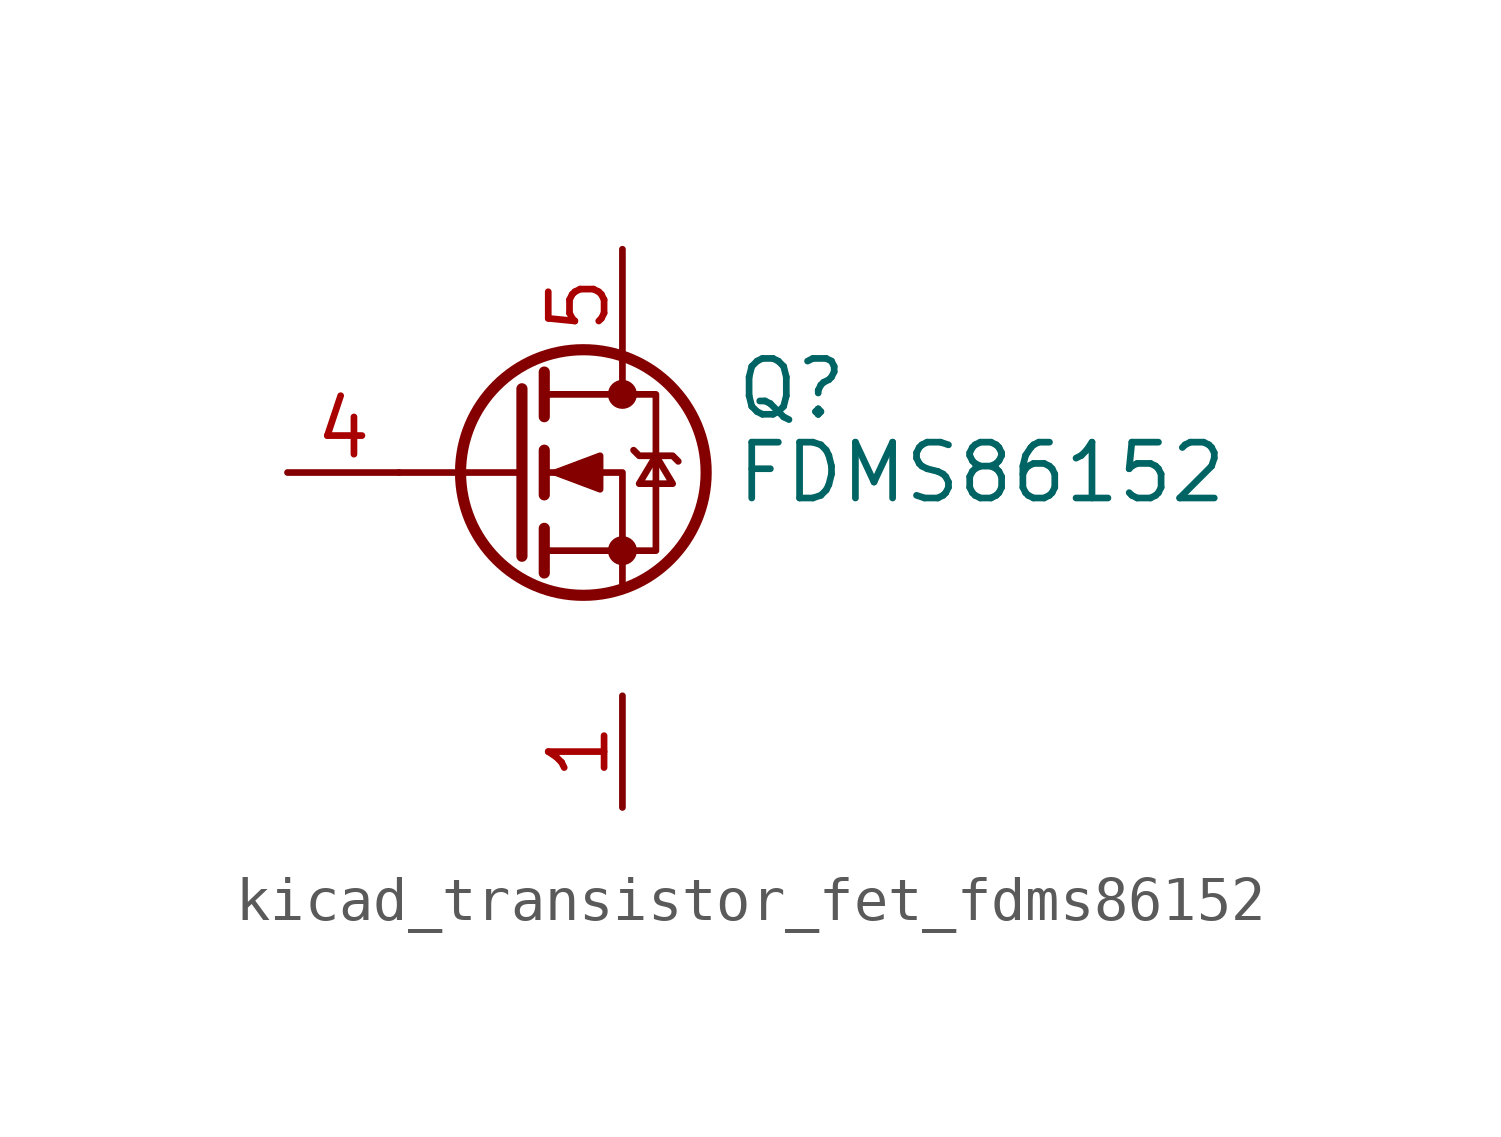
<source format=kicad_sym>
(kicad_symbol_lib
  (version 20220914)
  (generator kicad_symbol_editor)
  (symbol "kicad_transistor_fet_fdms86152"
    (pin_names hide)
    (property "Reference" "Q"
      (at 5.08 1.905 0)
      (effects (font (size 1.27 1.27)) (justify left)))
    (property "Value" "FDMS86152"
      (at 5.08 0 0)
      (effects (font (size 1.27 1.27)) (justify left)))
    (symbol "kicad_transistor_fet_fdms86152_0_1"
      (polyline (pts (xy 0.254 0) (xy -2.54 0)) (stroke (width 0) (type default)) (fill (type none)))
      (polyline (pts (xy 0.254 1.905) (xy 0.254 -1.905)) (stroke (width 0.254) (type default)) (fill (type none)))
      (polyline (pts (xy 0.762 -1.27) (xy 0.762 -2.286)) (stroke (width 0.254) (type default)) (fill (type none)))
      (polyline (pts (xy 0.762 0.508) (xy 0.762 -0.508)) (stroke (width 0.254) (type default)) (fill (type none)))
      (polyline (pts (xy 0.762 2.286) (xy 0.762 1.27)) (stroke (width 0.254) (type default)) (fill (type none)))
      (polyline (pts (xy 2.54 2.54) (xy 2.54 1.778)) (stroke (width 0) (type default)) (fill (type none)))
      (polyline (pts (xy 2.54 -2.54) (xy 2.54 0) (xy 0.762 0)) (stroke (width 0) (type default)) (fill (type none)))
      (polyline (pts (xy 0.762 -1.778) (xy 3.302 -1.778) (xy 3.302 1.778) (xy 0.762 1.778)) (stroke (width 0) (type default)) (fill (type none)))
      (polyline (pts (xy 1.016 0) (xy 2.032 0.381) (xy 2.032 -0.381) (xy 1.016 0)) (stroke (width 0) (type default)) (fill (type outline)))
      (polyline (pts (xy 2.794 0.508) (xy 2.921 0.381) (xy 3.683 0.381) (xy 3.81 0.254)) (stroke (width 0) (type default)) (fill (type none)))
      (polyline (pts (xy 3.302 0.381) (xy 2.921 -0.254) (xy 3.683 -0.254) (xy 3.302 0.381)) (stroke (width 0) (type default)) (fill (type none)))
      (circle (center 1.651 0) (radius 2.794) (stroke (width 0.254) (type default)) (fill (type none)))
      (circle (center 2.54 -1.778) (radius 0.254) (stroke (width 0) (type default)) (fill (type outline)))
      (circle (center 2.54 1.778) (radius 0.254) (stroke (width 0) (type default)) (fill (type outline))))
    (symbol "kicad_transistor_fet_fdms86152_1_1"
      (pin passive line (at 2.54 -5.08 270) (length 2.54) (name "S" (effects (font (size 1.27 1.27)))) (number "1" (effects (font (size 1.27 1.27)))))
      (pin passive line (at 2.54 -5.08 270) (length 2.54) hide (name "S" (effects (font (size 1.27 1.27)))) (number "2" (effects (font (size 1.27 1.27)))))
      (pin passive line (at 2.54 -5.08 90) (length 2.54) hide (name "S" (effects (font (size 1.27 1.27)))) (number "3" (effects (font (size 1.27 1.27)))))
      (pin passive line (at -5.08 0 0) (length 2.54) (name "G" (effects (font (size 1.27 1.27)))) (number "4" (effects (font (size 1.27 1.27)))))
      (pin passive line (at 2.54 5.08 270) (length 2.54) (name "D" (effects (font (size 1.27 1.27)))) (number "5" (effects (font (size 1.27 1.27))))))))
</source>
